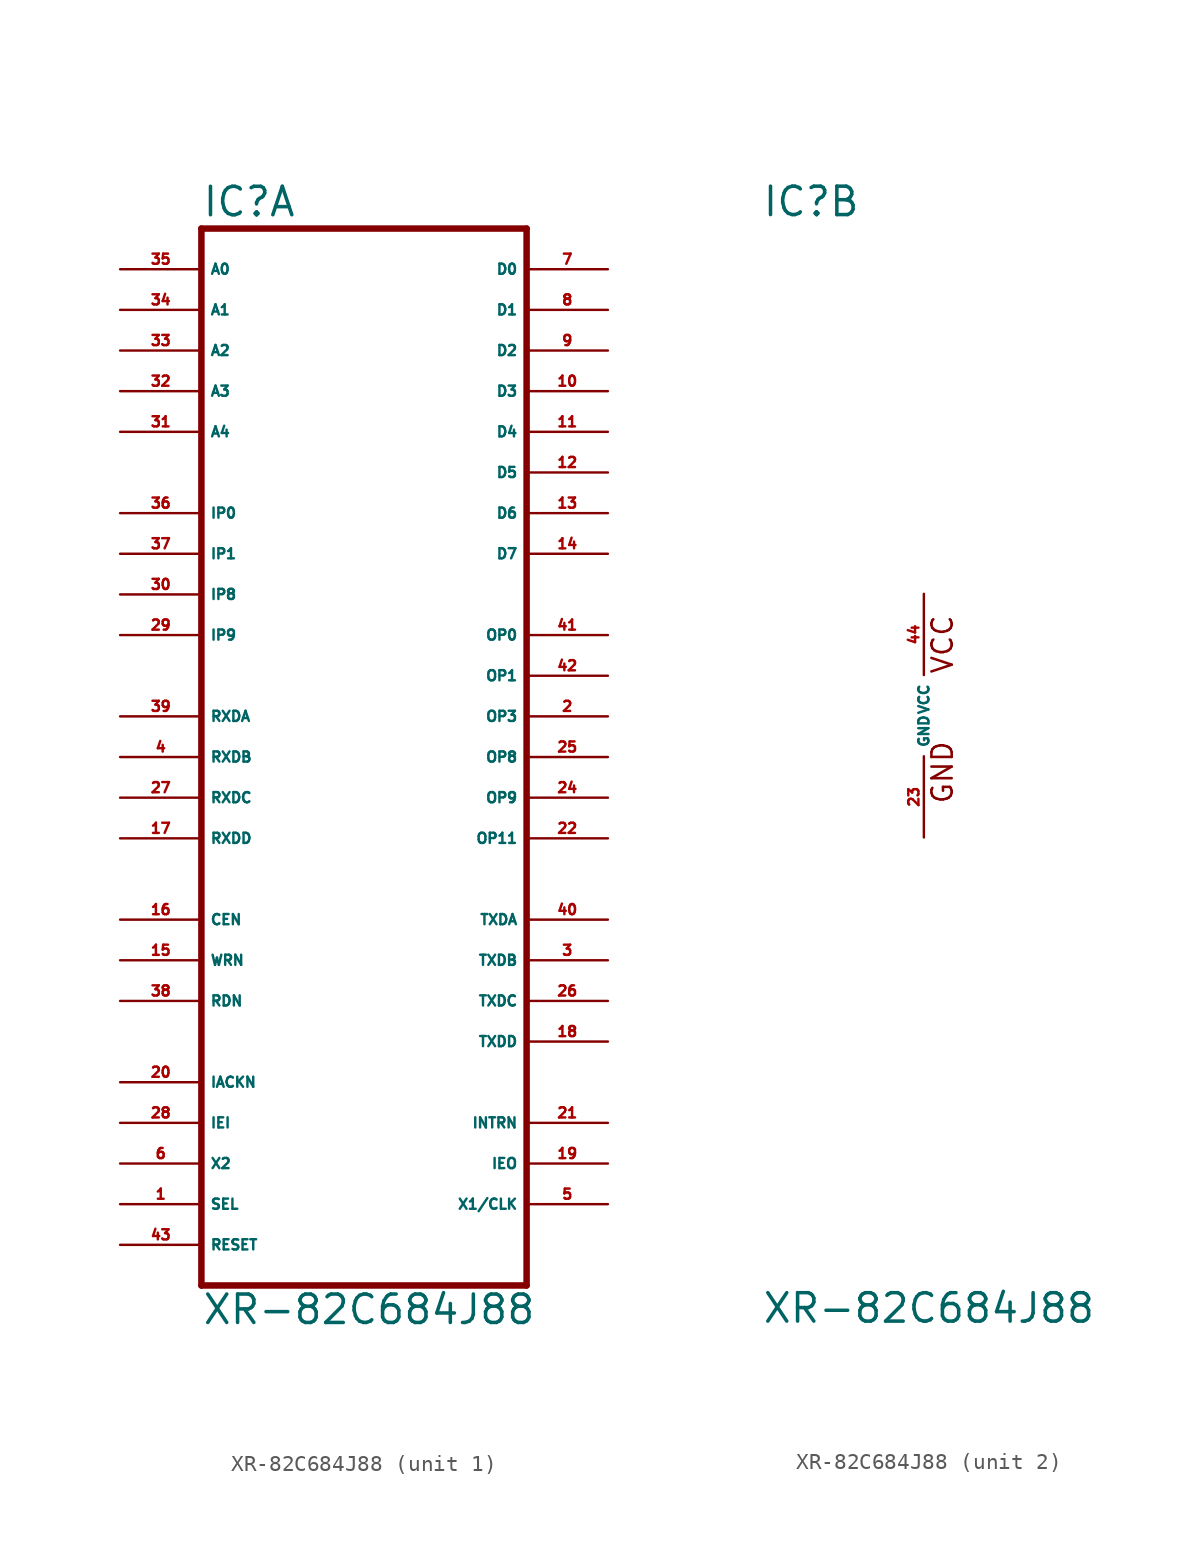
<source format=kicad_sym>
(kicad_symbol_lib
  (version 20220914)
  (generator Eagle2Kicad)
  (symbol "XR-82C684J88"
    (property "Reference" "IC"
      (at -10.16 31.115 0)
      (effects (font (size 1.778 1.778) (thickness 0.22)) (justify left bottom)))
    (property "Value" "XR-82C684J88"
      (at -10.16 -38.1 0)
      (effects (font (size 1.778 1.778) (thickness 0.22)) (justify left bottom)))
    (symbol "XR-82C684J88_1_0"
      (polyline (pts (xy -10.16 -35.56) (xy 10.16 -35.56)) (stroke (width 0.406) (type default)) (fill (type none)))
      (polyline (pts (xy 10.16 -35.56) (xy 10.16 30.48)) (stroke (width 0.406) (type default)) (fill (type none)))
      (polyline (pts (xy 10.16 30.48) (xy -10.16 30.48)) (stroke (width 0.406) (type default)) (fill (type none)))
      (polyline (pts (xy -10.16 30.48) (xy -10.16 -35.56)) (stroke (width 0.406) (type default)) (fill (type none)))
      (pin bidirectional line (at 15.24 27.94 180) (length 5.08) (name "D0" (effects (font (size 0.635 0.635) (thickness 0.08)) (justify left bottom))) (number "7" (effects (font (size 0.635 0.635) (thickness 0.08)) (justify left bottom))))
      (pin bidirectional line (at 15.24 25.4 180) (length 5.08) (name "D1" (effects (font (size 0.635 0.635) (thickness 0.08)) (justify left bottom))) (number "8" (effects (font (size 0.635 0.635) (thickness 0.08)) (justify left bottom))))
      (pin bidirectional line (at 15.24 22.86 180) (length 5.08) (name "D2" (effects (font (size 0.635 0.635) (thickness 0.08)) (justify left bottom))) (number "9" (effects (font (size 0.635 0.635) (thickness 0.08)) (justify left bottom))))
      (pin bidirectional line (at 15.24 20.32 180) (length 5.08) (name "D3" (effects (font (size 0.635 0.635) (thickness 0.08)) (justify left bottom))) (number "10" (effects (font (size 0.635 0.635) (thickness 0.08)) (justify left bottom))))
      (pin bidirectional line (at 15.24 17.78 180) (length 5.08) (name "D4" (effects (font (size 0.635 0.635) (thickness 0.08)) (justify left bottom))) (number "11" (effects (font (size 0.635 0.635) (thickness 0.08)) (justify left bottom))))
      (pin bidirectional line (at 15.24 15.24 180) (length 5.08) (name "D5" (effects (font (size 0.635 0.635) (thickness 0.08)) (justify left bottom))) (number "12" (effects (font (size 0.635 0.635) (thickness 0.08)) (justify left bottom))))
      (pin bidirectional line (at 15.24 12.7 180) (length 5.08) (name "D6" (effects (font (size 0.635 0.635) (thickness 0.08)) (justify left bottom))) (number "13" (effects (font (size 0.635 0.635) (thickness 0.08)) (justify left bottom))))
      (pin bidirectional line (at 15.24 10.16 180) (length 5.08) (name "D7" (effects (font (size 0.635 0.635) (thickness 0.08)) (justify left bottom))) (number "14" (effects (font (size 0.635 0.635) (thickness 0.08)) (justify left bottom))))
      (pin input line (at -15.24 27.94 0) (length 5.08) (name "A0" (effects (font (size 0.635 0.635) (thickness 0.08)) (justify left bottom))) (number "35" (effects (font (size 0.635 0.635) (thickness 0.08)) (justify left bottom))))
      (pin input line (at -15.24 25.4 0) (length 5.08) (name "A1" (effects (font (size 0.635 0.635) (thickness 0.08)) (justify left bottom))) (number "34" (effects (font (size 0.635 0.635) (thickness 0.08)) (justify left bottom))))
      (pin input line (at -15.24 22.86 0) (length 5.08) (name "A2" (effects (font (size 0.635 0.635) (thickness 0.08)) (justify left bottom))) (number "33" (effects (font (size 0.635 0.635) (thickness 0.08)) (justify left bottom))))
      (pin input line (at -15.24 20.32 0) (length 5.08) (name "A3" (effects (font (size 0.635 0.635) (thickness 0.08)) (justify left bottom))) (number "32" (effects (font (size 0.635 0.635) (thickness 0.08)) (justify left bottom))))
      (pin input line (at -15.24 17.78 0) (length 5.08) (name "A4" (effects (font (size 0.635 0.635) (thickness 0.08)) (justify left bottom))) (number "31" (effects (font (size 0.635 0.635) (thickness 0.08)) (justify left bottom))))
      (pin input line (at -15.24 12.7 0) (length 5.08) (name "IP0" (effects (font (size 0.635 0.635) (thickness 0.08)) (justify left bottom))) (number "36" (effects (font (size 0.635 0.635) (thickness 0.08)) (justify left bottom))))
      (pin input line (at -15.24 10.16 0) (length 5.08) (name "IP1" (effects (font (size 0.635 0.635) (thickness 0.08)) (justify left bottom))) (number "37" (effects (font (size 0.635 0.635) (thickness 0.08)) (justify left bottom))))
      (pin input line (at -15.24 7.62 0) (length 5.08) (name "IP8" (effects (font (size 0.635 0.635) (thickness 0.08)) (justify left bottom))) (number "30" (effects (font (size 0.635 0.635) (thickness 0.08)) (justify left bottom))))
      (pin input line (at -15.24 5.08 0) (length 5.08) (name "IP9" (effects (font (size 0.635 0.635) (thickness 0.08)) (justify left bottom))) (number "29" (effects (font (size 0.635 0.635) (thickness 0.08)) (justify left bottom))))
      (pin input line (at -15.24 -12.7 0) (length 5.08) (name "CEN" (effects (font (size 0.635 0.635) (thickness 0.08)) (justify left bottom))) (number "16" (effects (font (size 0.635 0.635) (thickness 0.08)) (justify left bottom))))
      (pin input line (at -15.24 -15.24 0) (length 5.08) (name "WRN" (effects (font (size 0.635 0.635) (thickness 0.08)) (justify left bottom))) (number "15" (effects (font (size 0.635 0.635) (thickness 0.08)) (justify left bottom))))
      (pin input line (at -15.24 -17.78 0) (length 5.08) (name "RDN" (effects (font (size 0.635 0.635) (thickness 0.08)) (justify left bottom))) (number "38" (effects (font (size 0.635 0.635) (thickness 0.08)) (justify left bottom))))
      (pin input line (at -15.24 -22.86 0) (length 5.08) (name "IACKN" (effects (font (size 0.635 0.635) (thickness 0.08)) (justify left bottom))) (number "20" (effects (font (size 0.635 0.635) (thickness 0.08)) (justify left bottom))))
      (pin input line (at -15.24 -25.4 0) (length 5.08) (name "IEI" (effects (font (size 0.635 0.635) (thickness 0.08)) (justify left bottom))) (number "28" (effects (font (size 0.635 0.635) (thickness 0.08)) (justify left bottom))))
      (pin input line (at -15.24 -27.94 0) (length 5.08) (name "X2" (effects (font (size 0.635 0.635) (thickness 0.08)) (justify left bottom))) (number "6" (effects (font (size 0.635 0.635) (thickness 0.08)) (justify left bottom))))
      (pin input line (at -15.24 0 0) (length 5.08) (name "RXDA" (effects (font (size 0.635 0.635) (thickness 0.08)) (justify left bottom))) (number "39" (effects (font (size 0.635 0.635) (thickness 0.08)) (justify left bottom))))
      (pin input line (at -15.24 -2.54 0) (length 5.08) (name "RXDB" (effects (font (size 0.635 0.635) (thickness 0.08)) (justify left bottom))) (number "4" (effects (font (size 0.635 0.635) (thickness 0.08)) (justify left bottom))))
      (pin input line (at -15.24 -5.08 0) (length 5.08) (name "RXDC" (effects (font (size 0.635 0.635) (thickness 0.08)) (justify left bottom))) (number "27" (effects (font (size 0.635 0.635) (thickness 0.08)) (justify left bottom))))
      (pin input line (at -15.24 -7.62 0) (length 5.08) (name "RXDD" (effects (font (size 0.635 0.635) (thickness 0.08)) (justify left bottom))) (number "17" (effects (font (size 0.635 0.635) (thickness 0.08)) (justify left bottom))))
      (pin input line (at -15.24 -30.48 0) (length 5.08) (name "SEL" (effects (font (size 0.635 0.635) (thickness 0.08)) (justify left bottom))) (number "1" (effects (font (size 0.635 0.635) (thickness 0.08)) (justify left bottom))))
      (pin input line (at -15.24 -33.02 0) (length 5.08) (name "RESET" (effects (font (size 0.635 0.635) (thickness 0.08)) (justify left bottom))) (number "43" (effects (font (size 0.635 0.635) (thickness 0.08)) (justify left bottom))))
      (pin output line (at 15.24 5.08 180) (length 5.08) (name "OP0" (effects (font (size 0.635 0.635) (thickness 0.08)) (justify left bottom))) (number "41" (effects (font (size 0.635 0.635) (thickness 0.08)) (justify left bottom))))
      (pin output line (at 15.24 2.54 180) (length 5.08) (name "OP1" (effects (font (size 0.635 0.635) (thickness 0.08)) (justify left bottom))) (number "42" (effects (font (size 0.635 0.635) (thickness 0.08)) (justify left bottom))))
      (pin output line (at 15.24 0 180) (length 5.08) (name "OP3" (effects (font (size 0.635 0.635) (thickness 0.08)) (justify left bottom))) (number "2" (effects (font (size 0.635 0.635) (thickness 0.08)) (justify left bottom))))
      (pin output line (at 15.24 -7.62 180) (length 5.08) (name "OP11" (effects (font (size 0.635 0.635) (thickness 0.08)) (justify left bottom))) (number "22" (effects (font (size 0.635 0.635) (thickness 0.08)) (justify left bottom))))
      (pin output line (at 15.24 -12.7 180) (length 5.08) (name "TXDA" (effects (font (size 0.635 0.635) (thickness 0.08)) (justify left bottom))) (number "40" (effects (font (size 0.635 0.635) (thickness 0.08)) (justify left bottom))))
      (pin output line (at 15.24 -15.24 180) (length 5.08) (name "TXDB" (effects (font (size 0.635 0.635) (thickness 0.08)) (justify left bottom))) (number "3" (effects (font (size 0.635 0.635) (thickness 0.08)) (justify left bottom))))
      (pin output line (at 15.24 -17.78 180) (length 5.08) (name "TXDC" (effects (font (size 0.635 0.635) (thickness 0.08)) (justify left bottom))) (number "26" (effects (font (size 0.635 0.635) (thickness 0.08)) (justify left bottom))))
      (pin output line (at 15.24 -20.32 180) (length 5.08) (name "TXDD" (effects (font (size 0.635 0.635) (thickness 0.08)) (justify left bottom))) (number "18" (effects (font (size 0.635 0.635) (thickness 0.08)) (justify left bottom))))
      (pin output line (at 15.24 -25.4 180) (length 5.08) (name "INTRN" (effects (font (size 0.635 0.635) (thickness 0.08)) (justify left bottom))) (number "21" (effects (font (size 0.635 0.635) (thickness 0.08)) (justify left bottom))))
      (pin output line (at 15.24 -27.94 180) (length 5.08) (name "IEO" (effects (font (size 0.635 0.635) (thickness 0.08)) (justify left bottom))) (number "19" (effects (font (size 0.635 0.635) (thickness 0.08)) (justify left bottom))))
      (pin output line (at 15.24 -30.48 180) (length 5.08) (name "X1/CLK" (effects (font (size 0.635 0.635) (thickness 0.08)) (justify left bottom))) (number "5" (effects (font (size 0.635 0.635) (thickness 0.08)) (justify left bottom))))
      (pin output line (at 15.24 -2.54 180) (length 5.08) (name "OP8" (effects (font (size 0.635 0.635) (thickness 0.08)) (justify left bottom))) (number "25" (effects (font (size 0.635 0.635) (thickness 0.08)) (justify left bottom))))
      (pin output line (at 15.24 -5.08 180) (length 5.08) (name "OP9" (effects (font (size 0.635 0.635) (thickness 0.08)) (justify left bottom))) (number "24" (effects (font (size 0.635 0.635) (thickness 0.08)) (justify left bottom)))))
    (symbol "XR-82C684J88_2_0"
      (text "GND" (at 1.905 -5.588 900) (effects (font (size 1.27 1.27) (thickness 0.16)) (justify left bottom)))
      (text "VCC" (at 1.905 2.54 900) (effects (font (size 1.27 1.27) (thickness 0.16)) (justify left bottom)))
      (pin unspecified line (at 0 7.62 270) (length 5.08) (name "VCC" (effects (font (size 0.635 0.635) (thickness 0.08)) (justify left bottom))) (number "44" (effects (font (size 0.635 0.635) (thickness 0.08)) (justify left bottom))))
      (pin unspecified line (at 0 -7.62 90) (length 5.08) (name "GND" (effects (font (size 0.635 0.635) (thickness 0.08)) (justify left bottom))) (number "23" (effects (font (size 0.635 0.635) (thickness 0.08)) (justify left bottom)))))))
</source>
